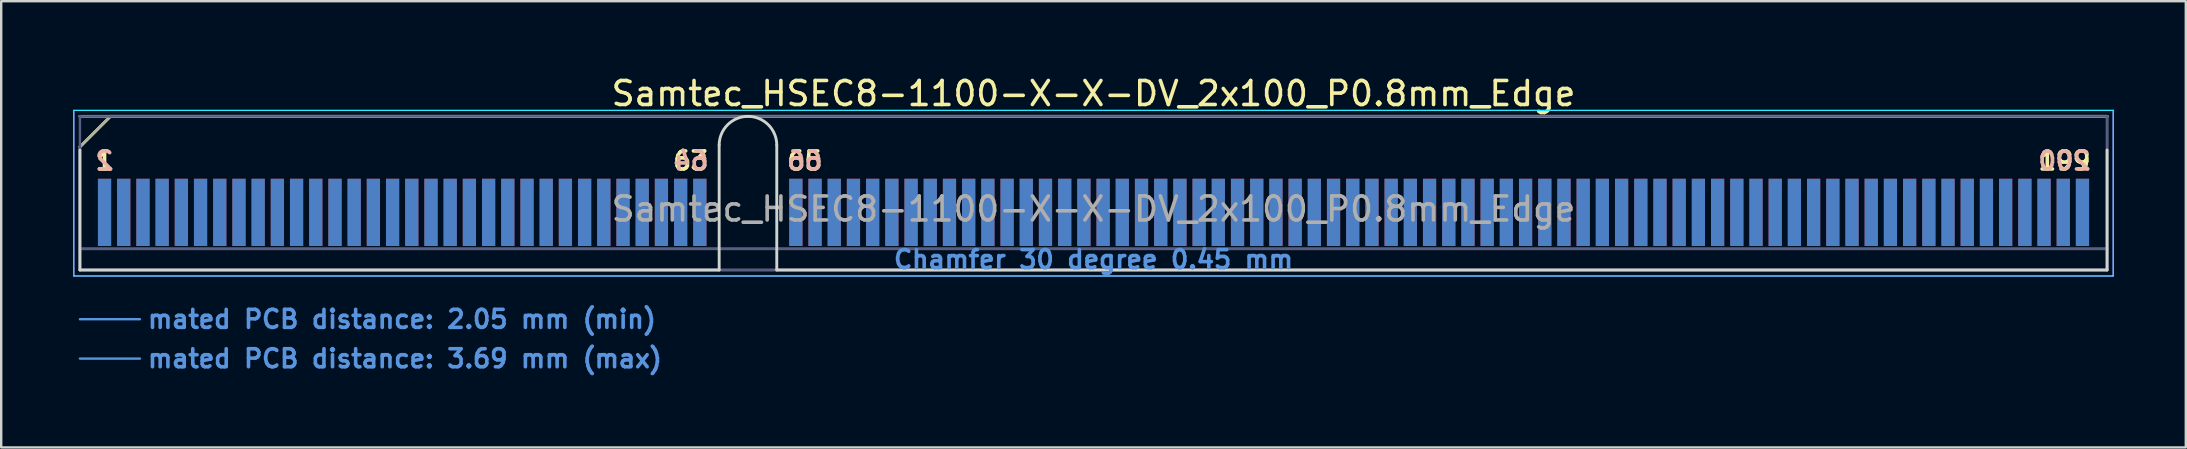
<source format=kicad_pcb>
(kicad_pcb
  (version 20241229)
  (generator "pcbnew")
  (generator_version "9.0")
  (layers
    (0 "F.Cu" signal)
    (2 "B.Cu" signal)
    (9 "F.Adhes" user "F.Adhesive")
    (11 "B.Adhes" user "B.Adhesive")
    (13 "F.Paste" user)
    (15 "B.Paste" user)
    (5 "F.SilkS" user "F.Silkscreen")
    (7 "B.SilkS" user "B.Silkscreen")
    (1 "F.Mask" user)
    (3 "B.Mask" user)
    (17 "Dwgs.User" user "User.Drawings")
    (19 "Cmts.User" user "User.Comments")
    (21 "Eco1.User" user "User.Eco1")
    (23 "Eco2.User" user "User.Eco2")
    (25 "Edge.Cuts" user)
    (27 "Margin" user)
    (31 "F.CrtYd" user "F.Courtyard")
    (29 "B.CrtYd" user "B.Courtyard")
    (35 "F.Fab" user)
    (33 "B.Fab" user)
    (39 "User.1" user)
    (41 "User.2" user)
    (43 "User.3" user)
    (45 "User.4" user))
  (footprint "Samtec_HSEC8-1100-X-X-DV_2x100_P0.8mm_Edge"
    (layer "F.Cu")
    (at 42.505 8.198)
    (property "Reference" "Samtec_HSEC8-1100-X-X-DV_2x100_P0.8mm_Edge" (at 0 -7.35 0) (layer "F.SilkS") (effects (font (size 1 1) (thickness 0.15))))
    (attr exclude_from_pos_files exclude_from_bom)
    (fp_line (start -42.225 -5.13) (end -40.955 -6.4) (stroke (width 0.12) (type solid)) (layer "F.SilkS"))
    (fp_line (start -40.955 -6.4) (end 42.225 -6.4) (stroke (width 0.12) (type solid)) (layer "F.SilkS"))
    (fp_line (start -42.225 -6.4) (end -42.225 -6.4) (stroke (width 0.12) (type solid)) (layer "B.SilkS"))
    (fp_line (start -42.225 -6.4) (end 42.225 -6.4) (stroke (width 0.12) (type solid)) (layer "B.SilkS"))
    (fp_line (start -42.225 2.05) (end -39.725 2.05) (stroke (width 0.1) (type solid)) (layer "Cmts.User"))
    (fp_line (start -42.225 3.69) (end -39.725 3.69) (stroke (width 0.1) (type solid)) (layer "Cmts.User"))
    (fp_line (start -42.225 -5) (end -42.225 0) (stroke (width 0.12) (type solid)) (layer "Edge.Cuts"))
    (fp_line (start -42.225 0) (end -15.595 0) (stroke (width 0.12) (type solid)) (layer "Edge.Cuts"))
    (fp_line (start -15.595 0) (end -15.595 -5.2) (stroke (width 0.12) (type solid)) (layer "Edge.Cuts"))
    (fp_line (start -13.195 -5.2) (end -13.195 0) (stroke (width 0.12) (type solid)) (layer "Edge.Cuts"))
    (fp_line (start -13.195 0) (end 42.225 0) (stroke (width 0.12) (type solid)) (layer "Edge.Cuts"))
    (fp_line (start 42.225 0) (end 42.225 -5) (stroke (width 0.12) (type solid)) (layer "Edge.Cuts"))
    (fp_arc (start -15.595 -5.2) (mid -14.395 -6.4) (end -13.195 -5.2) (stroke (width 0.12) (type solid)) (layer "Edge.Cuts"))
    (fp_line (start -42.48 -6.65) (end -42.48 0.25) (stroke (width 0.05) (type solid)) (layer "B.CrtYd"))
    (fp_line (start -42.48 0.25) (end 42.48 0.25) (stroke (width 0.05) (type solid)) (layer "B.CrtYd"))
    (fp_line (start 42.48 -6.65) (end -42.48 -6.65) (stroke (width 0.05) (type solid)) (layer "B.CrtYd"))
    (fp_line (start 42.48 0.25) (end 42.48 -6.65) (stroke (width 0.05) (type solid)) (layer "B.CrtYd"))
    (fp_line (start -42.48 -6.65) (end -42.48 0.25) (stroke (width 0.05) (type solid)) (layer "F.CrtYd"))
    (fp_line (start -42.48 0.25) (end 42.48 0.25) (stroke (width 0.05) (type solid)) (layer "F.CrtYd"))
    (fp_line (start 42.48 -6.65) (end -42.48 -6.65) (stroke (width 0.05) (type solid)) (layer "F.CrtYd"))
    (fp_line (start 42.48 0.25) (end 42.48 -6.65) (stroke (width 0.05) (type solid)) (layer "F.CrtYd"))
    (fp_line (start -42.225 -6.4) (end -42.225 -6.4) (stroke (width 0.1) (type solid)) (layer "B.Fab"))
    (fp_line (start -42.225 -6.4) (end -42.225 0) (stroke (width 0.1) (type solid)) (layer "B.Fab"))
    (fp_line (start -42.225 -6.4) (end 42.225 -6.4) (stroke (width 0.1) (type solid)) (layer "B.Fab"))
    (fp_line (start -42.225 -0.88) (end 42.225 -0.88) (stroke (width 0.1) (type solid)) (layer "B.Fab"))
    (fp_line (start -42.225 0) (end 42.225 0) (stroke (width 0.1) (type solid)) (layer "B.Fab"))
    (fp_line (start 42.225 -6.4) (end 42.225 0) (stroke (width 0.1) (type solid)) (layer "B.Fab"))
    (fp_line (start -42.225 -5.13) (end -42.225 0) (stroke (width 0.1) (type solid)) (layer "F.Fab"))
    (fp_line (start -42.225 -5.13) (end -40.955 -6.4) (stroke (width 0.1) (type solid)) (layer "F.Fab"))
    (fp_line (start -42.225 -0.88) (end 42.225 -0.88) (stroke (width 0.1) (type solid)) (layer "F.Fab"))
    (fp_line (start -42.225 0) (end 42.225 0) (stroke (width 0.1) (type solid)) (layer "F.Fab"))
    (fp_line (start -40.955 -6.4) (end 42.225 -6.4) (stroke (width 0.1) (type solid)) (layer "F.Fab"))
    (fp_line (start 42.225 -6.4) (end 42.225 0) (stroke (width 0.1) (type solid)) (layer "F.Fab"))
    (fp_text user "199" (at 40.45 -4.55 0) (layer "F.SilkS") (effects (font (size 0.75 0.75) (thickness 0.15))))
    (fp_text user "63" (at -16.775 -4.55 0) (layer "F.SilkS") (effects (font (size 0.75 0.75) (thickness 0.15))))
    (fp_text user "1" (at -41.2 -4.55 0) (layer "F.SilkS") (effects (font (size 0.75 0.75) (thickness 0.15))))
    (fp_text user "65" (at -12.025 -4.55 0) (layer "F.SilkS") (effects (font (size 0.75 0.75) (thickness 0.15))))
    (fp_text user "2" (at -41.2 -4.55 0) (layer "B.SilkS") (effects (font (size 0.75 0.75) (thickness 0.15)) (justify mirror)))
    (fp_text user "200" (at 40.45 -4.55 0) (layer "B.SilkS") (effects (font (size 0.75 0.75) (thickness 0.15)) (justify mirror)))
    (fp_text user "64" (at -16.775 -4.55 0) (layer "B.SilkS") (effects (font (size 0.75 0.75) (thickness 0.15)) (justify mirror)))
    (fp_text user "66" (at -12.025 -4.55 0) (layer "B.SilkS") (effects (font (size 0.75 0.75) (thickness 0.15)) (justify mirror)))
    (fp_text user "mated PCB distance: 3.69 mm (max)" (at -39.48 3.69 0) (layer "Cmts.User") (effects (font (size 0.75 0.75) (thickness 0.15)) (justify left)))
    (fp_text user "mated PCB distance: 2.05 mm (min)" (at -39.48 2.05 0) (layer "Cmts.User") (effects (font (size 0.75 0.75) (thickness 0.15)) (justify left)))
    (fp_text user "Chamfer 30 degree 0.45 mm" (at 0 -0.44 0) (layer "Cmts.User") (effects (font (size 0.75 0.75) (thickness 0.15))))
    (fp_text user "${REFERENCE}" (at 0 -2.54 0) (layer "F.Fab") (effects (font (size 1 1) (thickness 0.15))))
    (pad "1" connect rect (at -41.2 -2.4) (size 0.55 2.8) (layers "F.Cu" "F.Mask"))
    (pad "2" connect rect (at -41.2 -2.4) (size 0.55 2.8) (layers "B.Cu" "B.Mask"))
    (pad "3" connect rect (at -40.4 -2.4) (size 0.55 2.8) (layers "F.Cu" "F.Mask"))
    (pad "4" connect rect (at -40.4 -2.4) (size 0.55 2.8) (layers "B.Cu" "B.Mask"))
    (pad "5" connect rect (at -39.6 -2.4) (size 0.55 2.8) (layers "F.Cu" "F.Mask"))
    (pad "6" connect rect (at -39.6 -2.4) (size 0.55 2.8) (layers "B.Cu" "B.Mask"))
    (pad "7" connect rect (at -38.8 -2.4) (size 0.55 2.8) (layers "F.Cu" "F.Mask"))
    (pad "8" connect rect (at -38.8 -2.4) (size 0.55 2.8) (layers "B.Cu" "B.Mask"))
    (pad "9" connect rect (at -38 -2.4) (size 0.55 2.8) (layers "F.Cu" "F.Mask"))
    (pad "10" connect rect (at -38 -2.4) (size 0.55 2.8) (layers "B.Cu" "B.Mask"))
    (pad "11" connect rect (at -37.2 -2.4) (size 0.55 2.8) (layers "F.Cu" "F.Mask"))
    (pad "12" connect rect (at -37.2 -2.4) (size 0.55 2.8) (layers "B.Cu" "B.Mask"))
    (pad "13" connect rect (at -36.4 -2.4) (size 0.55 2.8) (layers "F.Cu" "F.Mask"))
    (pad "14" connect rect (at -36.4 -2.4) (size 0.55 2.8) (layers "B.Cu" "B.Mask"))
    (pad "15" connect rect (at -35.6 -2.4) (size 0.55 2.8) (layers "F.Cu" "F.Mask"))
    (pad "16" connect rect (at -35.6 -2.4) (size 0.55 2.8) (layers "B.Cu" "B.Mask"))
    (pad "17" connect rect (at -34.8 -2.4) (size 0.55 2.8) (layers "F.Cu" "F.Mask"))
    (pad "18" connect rect (at -34.8 -2.4) (size 0.55 2.8) (layers "B.Cu" "B.Mask"))
    (pad "19" connect rect (at -34 -2.4) (size 0.55 2.8) (layers "F.Cu" "F.Mask"))
    (pad "20" connect rect (at -34 -2.4) (size 0.55 2.8) (layers "B.Cu" "B.Mask"))
    (pad "21" connect rect (at -33.2 -2.4) (size 0.55 2.8) (layers "F.Cu" "F.Mask"))
    (pad "22" connect rect (at -33.2 -2.4) (size 0.55 2.8) (layers "B.Cu" "B.Mask"))
    (pad "23" connect rect (at -32.4 -2.4) (size 0.55 2.8) (layers "F.Cu" "F.Mask"))
    (pad "24" connect rect (at -32.4 -2.4) (size 0.55 2.8) (layers "B.Cu" "B.Mask"))
    (pad "25" connect rect (at -31.6 -2.4) (size 0.55 2.8) (layers "F.Cu" "F.Mask"))
    (pad "26" connect rect (at -31.6 -2.4) (size 0.55 2.8) (layers "B.Cu" "B.Mask"))
    (pad "27" connect rect (at -30.8 -2.4) (size 0.55 2.8) (layers "F.Cu" "F.Mask"))
    (pad "28" connect rect (at -30.8 -2.4) (size 0.55 2.8) (layers "B.Cu" "B.Mask"))
    (pad "29" connect rect (at -30 -2.4) (size 0.55 2.8) (layers "F.Cu" "F.Mask"))
    (pad "30" connect rect (at -30 -2.4) (size 0.55 2.8) (layers "B.Cu" "B.Mask"))
    (pad "31" connect rect (at -29.2 -2.4) (size 0.55 2.8) (layers "F.Cu" "F.Mask"))
    (pad "32" connect rect (at -29.2 -2.4) (size 0.55 2.8) (layers "B.Cu" "B.Mask"))
    (pad "33" connect rect (at -28.4 -2.4) (size 0.55 2.8) (layers "F.Cu" "F.Mask"))
    (pad "34" connect rect (at -28.4 -2.4) (size 0.55 2.8) (layers "B.Cu" "B.Mask"))
    (pad "35" connect rect (at -27.6 -2.4) (size 0.55 2.8) (layers "F.Cu" "F.Mask"))
    (pad "36" connect rect (at -27.6 -2.4) (size 0.55 2.8) (layers "B.Cu" "B.Mask"))
    (pad "37" connect rect (at -26.8 -2.4) (size 0.55 2.8) (layers "F.Cu" "F.Mask"))
    (pad "38" connect rect (at -26.8 -2.4) (size 0.55 2.8) (layers "B.Cu" "B.Mask"))
    (pad "39" connect rect (at -26 -2.4) (size 0.55 2.8) (layers "F.Cu" "F.Mask"))
    (pad "40" connect rect (at -26 -2.4) (size 0.55 2.8) (layers "B.Cu" "B.Mask"))
    (pad "41" connect rect (at -25.2 -2.4) (size 0.55 2.8) (layers "F.Cu" "F.Mask"))
    (pad "42" connect rect (at -25.2 -2.4) (size 0.55 2.8) (layers "B.Cu" "B.Mask"))
    (pad "43" connect rect (at -24.4 -2.4) (size 0.55 2.8) (layers "F.Cu" "F.Mask"))
    (pad "44" connect rect (at -24.4 -2.4) (size 0.55 2.8) (layers "B.Cu" "B.Mask"))
    (pad "45" connect rect (at -23.6 -2.4) (size 0.55 2.8) (layers "F.Cu" "F.Mask"))
    (pad "46" connect rect (at -23.6 -2.4) (size 0.55 2.8) (layers "B.Cu" "B.Mask"))
    (pad "47" connect rect (at -22.8 -2.4) (size 0.55 2.8) (layers "F.Cu" "F.Mask"))
    (pad "48" connect rect (at -22.8 -2.4) (size 0.55 2.8) (layers "B.Cu" "B.Mask"))
    (pad "49" connect rect (at -22 -2.4) (size 0.55 2.8) (layers "F.Cu" "F.Mask"))
    (pad "50" connect rect (at -22 -2.4) (size 0.55 2.8) (layers "B.Cu" "B.Mask"))
    (pad "51" connect rect (at -21.2 -2.4) (size 0.55 2.8) (layers "F.Cu" "F.Mask"))
    (pad "52" connect rect (at -21.2 -2.4) (size 0.55 2.8) (layers "B.Cu" "B.Mask"))
    (pad "53" connect rect (at -20.4 -2.4) (size 0.55 2.8) (layers "F.Cu" "F.Mask"))
    (pad "54" connect rect (at -20.4 -2.4) (size 0.55 2.8) (layers "B.Cu" "B.Mask"))
    (pad "55" connect rect (at -19.6 -2.4) (size 0.55 2.8) (layers "F.Cu" "F.Mask"))
    (pad "56" connect rect (at -19.6 -2.4) (size 0.55 2.8) (layers "B.Cu" "B.Mask"))
    (pad "57" connect rect (at -18.8 -2.4) (size 0.55 2.8) (layers "F.Cu" "F.Mask"))
    (pad "58" connect rect (at -18.8 -2.4) (size 0.55 2.8) (layers "B.Cu" "B.Mask"))
    (pad "59" connect rect (at -18 -2.4) (size 0.55 2.8) (layers "F.Cu" "F.Mask"))
    (pad "60" connect rect (at -18 -2.4) (size 0.55 2.8) (layers "B.Cu" "B.Mask"))
    (pad "61" connect rect (at -17.2 -2.4) (size 0.55 2.8) (layers "F.Cu" "F.Mask"))
    (pad "62" connect rect (at -17.2 -2.4) (size 0.55 2.8) (layers "B.Cu" "B.Mask"))
    (pad "63" connect rect (at -16.4 -2.4) (size 0.55 2.8) (layers "F.Cu" "F.Mask"))
    (pad "64" connect rect (at -16.4 -2.4) (size 0.55 2.8) (layers "B.Cu" "B.Mask"))
    (pad "65" connect rect (at -12.4 -2.4) (size 0.55 2.8) (layers "F.Cu" "F.Mask"))
    (pad "66" connect rect (at -12.4 -2.4) (size 0.55 2.8) (layers "B.Cu" "B.Mask"))
    (pad "67" connect rect (at -11.6 -2.4) (size 0.55 2.8) (layers "F.Cu" "F.Mask"))
    (pad "68" connect rect (at -11.6 -2.4) (size 0.55 2.8) (layers "B.Cu" "B.Mask"))
    (pad "69" connect rect (at -10.8 -2.4) (size 0.55 2.8) (layers "F.Cu" "F.Mask"))
    (pad "70" connect rect (at -10.8 -2.4) (size 0.55 2.8) (layers "B.Cu" "B.Mask"))
    (pad "71" connect rect (at -10 -2.4) (size 0.55 2.8) (layers "F.Cu" "F.Mask"))
    (pad "72" connect rect (at -10 -2.4) (size 0.55 2.8) (layers "B.Cu" "B.Mask"))
    (pad "73" connect rect (at -9.2 -2.4) (size 0.55 2.8) (layers "F.Cu" "F.Mask"))
    (pad "74" connect rect (at -9.2 -2.4) (size 0.55 2.8) (layers "B.Cu" "B.Mask"))
    (pad "75" connect rect (at -8.4 -2.4) (size 0.55 2.8) (layers "F.Cu" "F.Mask"))
    (pad "76" connect rect (at -8.4 -2.4) (size 0.55 2.8) (layers "B.Cu" "B.Mask"))
    (pad "77" connect rect (at -7.6 -2.4) (size 0.55 2.8) (layers "F.Cu" "F.Mask"))
    (pad "78" connect rect (at -7.6 -2.4) (size 0.55 2.8) (layers "B.Cu" "B.Mask"))
    (pad "79" connect rect (at -6.8 -2.4) (size 0.55 2.8) (layers "F.Cu" "F.Mask"))
    (pad "80" connect rect (at -6.8 -2.4) (size 0.55 2.8) (layers "B.Cu" "B.Mask"))
    (pad "81" connect rect (at -6 -2.4) (size 0.55 2.8) (layers "F.Cu" "F.Mask"))
    (pad "82" connect rect (at -6 -2.4) (size 0.55 2.8) (layers "B.Cu" "B.Mask"))
    (pad "83" connect rect (at -5.2 -2.4) (size 0.55 2.8) (layers "F.Cu" "F.Mask"))
    (pad "84" connect rect (at -5.2 -2.4) (size 0.55 2.8) (layers "B.Cu" "B.Mask"))
    (pad "85" connect rect (at -4.4 -2.4) (size 0.55 2.8) (layers "F.Cu" "F.Mask"))
    (pad "86" connect rect (at -4.4 -2.4) (size 0.55 2.8) (layers "B.Cu" "B.Mask"))
    (pad "87" connect rect (at -3.6 -2.4) (size 0.55 2.8) (layers "F.Cu" "F.Mask"))
    (pad "88" connect rect (at -3.6 -2.4) (size 0.55 2.8) (layers "B.Cu" "B.Mask"))
    (pad "89" connect rect (at -2.8 -2.4) (size 0.55 2.8) (layers "F.Cu" "F.Mask"))
    (pad "90" connect rect (at -2.8 -2.4) (size 0.55 2.8) (layers "B.Cu" "B.Mask"))
    (pad "91" connect rect (at -2 -2.4) (size 0.55 2.8) (layers "F.Cu" "F.Mask"))
    (pad "92" connect rect (at -2 -2.4) (size 0.55 2.8) (layers "B.Cu" "B.Mask"))
    (pad "93" connect rect (at -1.2 -2.4) (size 0.55 2.8) (layers "F.Cu" "F.Mask"))
    (pad "94" connect rect (at -1.2 -2.4) (size 0.55 2.8) (layers "B.Cu" "B.Mask"))
    (pad "95" connect rect (at -0.4 -2.4) (size 0.55 2.8) (layers "F.Cu" "F.Mask"))
    (pad "96" connect rect (at -0.4 -2.4) (size 0.55 2.8) (layers "B.Cu" "B.Mask"))
    (pad "97" connect rect (at 0.4 -2.4) (size 0.55 2.8) (layers "F.Cu" "F.Mask"))
    (pad "98" connect rect (at 0.4 -2.4) (size 0.55 2.8) (layers "B.Cu" "B.Mask"))
    (pad "99" connect rect (at 1.2 -2.4) (size 0.55 2.8) (layers "F.Cu" "F.Mask"))
    (pad "100" connect rect (at 1.2 -2.4) (size 0.55 2.8) (layers "B.Cu" "B.Mask"))
    (pad "101" connect rect (at 2 -2.4) (size 0.55 2.8) (layers "F.Cu" "F.Mask"))
    (pad "102" connect rect (at 2 -2.4) (size 0.55 2.8) (layers "B.Cu" "B.Mask"))
    (pad "103" connect rect (at 2.8 -2.4) (size 0.55 2.8) (layers "F.Cu" "F.Mask"))
    (pad "104" connect rect (at 2.8 -2.4) (size 0.55 2.8) (layers "B.Cu" "B.Mask"))
    (pad "105" connect rect (at 3.6 -2.4) (size 0.55 2.8) (layers "F.Cu" "F.Mask"))
    (pad "106" connect rect (at 3.6 -2.4) (size 0.55 2.8) (layers "B.Cu" "B.Mask"))
    (pad "107" connect rect (at 4.4 -2.4) (size 0.55 2.8) (layers "F.Cu" "F.Mask"))
    (pad "108" connect rect (at 4.4 -2.4) (size 0.55 2.8) (layers "B.Cu" "B.Mask"))
    (pad "109" connect rect (at 5.2 -2.4) (size 0.55 2.8) (layers "F.Cu" "F.Mask"))
    (pad "110" connect rect (at 5.2 -2.4) (size 0.55 2.8) (layers "B.Cu" "B.Mask"))
    (pad "111" connect rect (at 6 -2.4) (size 0.55 2.8) (layers "F.Cu" "F.Mask"))
    (pad "112" connect rect (at 6 -2.4) (size 0.55 2.8) (layers "B.Cu" "B.Mask"))
    (pad "113" connect rect (at 6.8 -2.4) (size 0.55 2.8) (layers "F.Cu" "F.Mask"))
    (pad "114" connect rect (at 6.8 -2.4) (size 0.55 2.8) (layers "B.Cu" "B.Mask"))
    (pad "115" connect rect (at 7.6 -2.4) (size 0.55 2.8) (layers "F.Cu" "F.Mask"))
    (pad "116" connect rect (at 7.6 -2.4) (size 0.55 2.8) (layers "B.Cu" "B.Mask"))
    (pad "117" connect rect (at 8.4 -2.4) (size 0.55 2.8) (layers "F.Cu" "F.Mask"))
    (pad "118" connect rect (at 8.4 -2.4) (size 0.55 2.8) (layers "B.Cu" "B.Mask"))
    (pad "119" connect rect (at 9.2 -2.4) (size 0.55 2.8) (layers "F.Cu" "F.Mask"))
    (pad "120" connect rect (at 9.2 -2.4) (size 0.55 2.8) (layers "B.Cu" "B.Mask"))
    (pad "121" connect rect (at 10 -2.4) (size 0.55 2.8) (layers "F.Cu" "F.Mask"))
    (pad "122" connect rect (at 10 -2.4) (size 0.55 2.8) (layers "B.Cu" "B.Mask"))
    (pad "123" connect rect (at 10.8 -2.4) (size 0.55 2.8) (layers "F.Cu" "F.Mask"))
    (pad "124" connect rect (at 10.8 -2.4) (size 0.55 2.8) (layers "B.Cu" "B.Mask"))
    (pad "125" connect rect (at 11.6 -2.4) (size 0.55 2.8) (layers "F.Cu" "F.Mask"))
    (pad "126" connect rect (at 11.6 -2.4) (size 0.55 2.8) (layers "B.Cu" "B.Mask"))
    (pad "127" connect rect (at 12.4 -2.4) (size 0.55 2.8) (layers "F.Cu" "F.Mask"))
    (pad "128" connect rect (at 12.4 -2.4) (size 0.55 2.8) (layers "B.Cu" "B.Mask"))
    (pad "129" connect rect (at 13.2 -2.4) (size 0.55 2.8) (layers "F.Cu" "F.Mask"))
    (pad "130" connect rect (at 13.2 -2.4) (size 0.55 2.8) (layers "B.Cu" "B.Mask"))
    (pad "131" connect rect (at 14 -2.4) (size 0.55 2.8) (layers "F.Cu" "F.Mask"))
    (pad "132" connect rect (at 14 -2.4) (size 0.55 2.8) (layers "B.Cu" "B.Mask"))
    (pad "133" connect rect (at 14.8 -2.4) (size 0.55 2.8) (layers "F.Cu" "F.Mask"))
    (pad "134" connect rect (at 14.8 -2.4) (size 0.55 2.8) (layers "B.Cu" "B.Mask"))
    (pad "135" connect rect (at 15.6 -2.4) (size 0.55 2.8) (layers "F.Cu" "F.Mask"))
    (pad "136" connect rect (at 15.6 -2.4) (size 0.55 2.8) (layers "B.Cu" "B.Mask"))
    (pad "137" connect rect (at 16.4 -2.4) (size 0.55 2.8) (layers "F.Cu" "F.Mask"))
    (pad "138" connect rect (at 16.4 -2.4) (size 0.55 2.8) (layers "B.Cu" "B.Mask"))
    (pad "139" connect rect (at 17.2 -2.4) (size 0.55 2.8) (layers "F.Cu" "F.Mask"))
    (pad "140" connect rect (at 17.2 -2.4) (size 0.55 2.8) (layers "B.Cu" "B.Mask"))
    (pad "141" connect rect (at 18 -2.4) (size 0.55 2.8) (layers "F.Cu" "F.Mask"))
    (pad "142" connect rect (at 18 -2.4) (size 0.55 2.8) (layers "B.Cu" "B.Mask"))
    (pad "143" connect rect (at 18.8 -2.4) (size 0.55 2.8) (layers "F.Cu" "F.Mask"))
    (pad "144" connect rect (at 18.8 -2.4) (size 0.55 2.8) (layers "B.Cu" "B.Mask"))
    (pad "145" connect rect (at 19.6 -2.4) (size 0.55 2.8) (layers "F.Cu" "F.Mask"))
    (pad "146" connect rect (at 19.6 -2.4) (size 0.55 2.8) (layers "B.Cu" "B.Mask"))
    (pad "147" connect rect (at 20.4 -2.4) (size 0.55 2.8) (layers "F.Cu" "F.Mask"))
    (pad "148" connect rect (at 20.4 -2.4) (size 0.55 2.8) (layers "B.Cu" "B.Mask"))
    (pad "149" connect rect (at 21.2 -2.4) (size 0.55 2.8) (layers "F.Cu" "F.Mask"))
    (pad "150" connect rect (at 21.2 -2.4) (size 0.55 2.8) (layers "B.Cu" "B.Mask"))
    (pad "151" connect rect (at 22 -2.4) (size 0.55 2.8) (layers "F.Cu" "F.Mask"))
    (pad "152" connect rect (at 22 -2.4) (size 0.55 2.8) (layers "B.Cu" "B.Mask"))
    (pad "153" connect rect (at 22.8 -2.4) (size 0.55 2.8) (layers "F.Cu" "F.Mask"))
    (pad "154" connect rect (at 22.8 -2.4) (size 0.55 2.8) (layers "B.Cu" "B.Mask"))
    (pad "155" connect rect (at 23.6 -2.4) (size 0.55 2.8) (layers "F.Cu" "F.Mask"))
    (pad "156" connect rect (at 23.6 -2.4) (size 0.55 2.8) (layers "B.Cu" "B.Mask"))
    (pad "157" connect rect (at 24.4 -2.4) (size 0.55 2.8) (layers "F.Cu" "F.Mask"))
    (pad "158" connect rect (at 24.4 -2.4) (size 0.55 2.8) (layers "B.Cu" "B.Mask"))
    (pad "159" connect rect (at 25.2 -2.4) (size 0.55 2.8) (layers "F.Cu" "F.Mask"))
    (pad "160" connect rect (at 25.2 -2.4) (size 0.55 2.8) (layers "B.Cu" "B.Mask"))
    (pad "161" connect rect (at 26 -2.4) (size 0.55 2.8) (layers "F.Cu" "F.Mask"))
    (pad "162" connect rect (at 26 -2.4) (size 0.55 2.8) (layers "B.Cu" "B.Mask"))
    (pad "163" connect rect (at 26.8 -2.4) (size 0.55 2.8) (layers "F.Cu" "F.Mask"))
    (pad "164" connect rect (at 26.8 -2.4) (size 0.55 2.8) (layers "B.Cu" "B.Mask"))
    (pad "165" connect rect (at 27.6 -2.4) (size 0.55 2.8) (layers "F.Cu" "F.Mask"))
    (pad "166" connect rect (at 27.6 -2.4) (size 0.55 2.8) (layers "B.Cu" "B.Mask"))
    (pad "167" connect rect (at 28.4 -2.4) (size 0.55 2.8) (layers "F.Cu" "F.Mask"))
    (pad "168" connect rect (at 28.4 -2.4) (size 0.55 2.8) (layers "B.Cu" "B.Mask"))
    (pad "169" connect rect (at 29.2 -2.4) (size 0.55 2.8) (layers "F.Cu" "F.Mask"))
    (pad "170" connect rect (at 29.2 -2.4) (size 0.55 2.8) (layers "B.Cu" "B.Mask"))
    (pad "171" connect rect (at 30 -2.4) (size 0.55 2.8) (layers "F.Cu" "F.Mask"))
    (pad "172" connect rect (at 30 -2.4) (size 0.55 2.8) (layers "B.Cu" "B.Mask"))
    (pad "173" connect rect (at 30.8 -2.4) (size 0.55 2.8) (layers "F.Cu" "F.Mask"))
    (pad "174" connect rect (at 30.8 -2.4) (size 0.55 2.8) (layers "B.Cu" "B.Mask"))
    (pad "175" connect rect (at 31.6 -2.4) (size 0.55 2.8) (layers "F.Cu" "F.Mask"))
    (pad "176" connect rect (at 31.6 -2.4) (size 0.55 2.8) (layers "B.Cu" "B.Mask"))
    (pad "177" connect rect (at 32.4 -2.4) (size 0.55 2.8) (layers "F.Cu" "F.Mask"))
    (pad "178" connect rect (at 32.4 -2.4) (size 0.55 2.8) (layers "B.Cu" "B.Mask"))
    (pad "179" connect rect (at 33.2 -2.4) (size 0.55 2.8) (layers "F.Cu" "F.Mask"))
    (pad "180" connect rect (at 33.2 -2.4) (size 0.55 2.8) (layers "B.Cu" "B.Mask"))
    (pad "181" connect rect (at 34 -2.4) (size 0.55 2.8) (layers "F.Cu" "F.Mask"))
    (pad "182" connect rect (at 34 -2.4) (size 0.55 2.8) (layers "B.Cu" "B.Mask"))
    (pad "183" connect rect (at 34.8 -2.4) (size 0.55 2.8) (layers "F.Cu" "F.Mask"))
    (pad "184" connect rect (at 34.8 -2.4) (size 0.55 2.8) (layers "B.Cu" "B.Mask"))
    (pad "185" connect rect (at 35.6 -2.4) (size 0.55 2.8) (layers "F.Cu" "F.Mask"))
    (pad "186" connect rect (at 35.6 -2.4) (size 0.55 2.8) (layers "B.Cu" "B.Mask"))
    (pad "187" connect rect (at 36.4 -2.4) (size 0.55 2.8) (layers "F.Cu" "F.Mask"))
    (pad "188" connect rect (at 36.4 -2.4) (size 0.55 2.8) (layers "B.Cu" "B.Mask"))
    (pad "189" connect rect (at 37.2 -2.4) (size 0.55 2.8) (layers "F.Cu" "F.Mask"))
    (pad "190" connect rect (at 37.2 -2.4) (size 0.55 2.8) (layers "B.Cu" "B.Mask"))
    (pad "191" connect rect (at 38 -2.4) (size 0.55 2.8) (layers "F.Cu" "F.Mask"))
    (pad "192" connect rect (at 38 -2.4) (size 0.55 2.8) (layers "B.Cu" "B.Mask"))
    (pad "193" connect rect (at 38.8 -2.4) (size 0.55 2.8) (layers "F.Cu" "F.Mask"))
    (pad "194" connect rect (at 38.8 -2.4) (size 0.55 2.8) (layers "B.Cu" "B.Mask"))
    (pad "195" connect rect (at 39.6 -2.4) (size 0.55 2.8) (layers "F.Cu" "F.Mask"))
    (pad "196" connect rect (at 39.6 -2.4) (size 0.55 2.8) (layers "B.Cu" "B.Mask"))
    (pad "197" connect rect (at 40.4 -2.4) (size 0.55 2.8) (layers "F.Cu" "F.Mask"))
    (pad "198" connect rect (at 40.4 -2.4) (size 0.55 2.8) (layers "B.Cu" "B.Mask"))
    (pad "199" connect rect (at 41.2 -2.4) (size 0.55 2.8) (layers "F.Cu" "F.Mask"))
    (pad "200" connect rect (at 41.2 -2.4) (size 0.55 2.8) (layers "B.Cu" "B.Mask")))
  (gr_rect
    (start -3 -3)
    (end 88.01 15.59)
    (stroke (width 0.1) (type default))
    (fill no)
    (layer "Edge.Cuts")))
</source>
